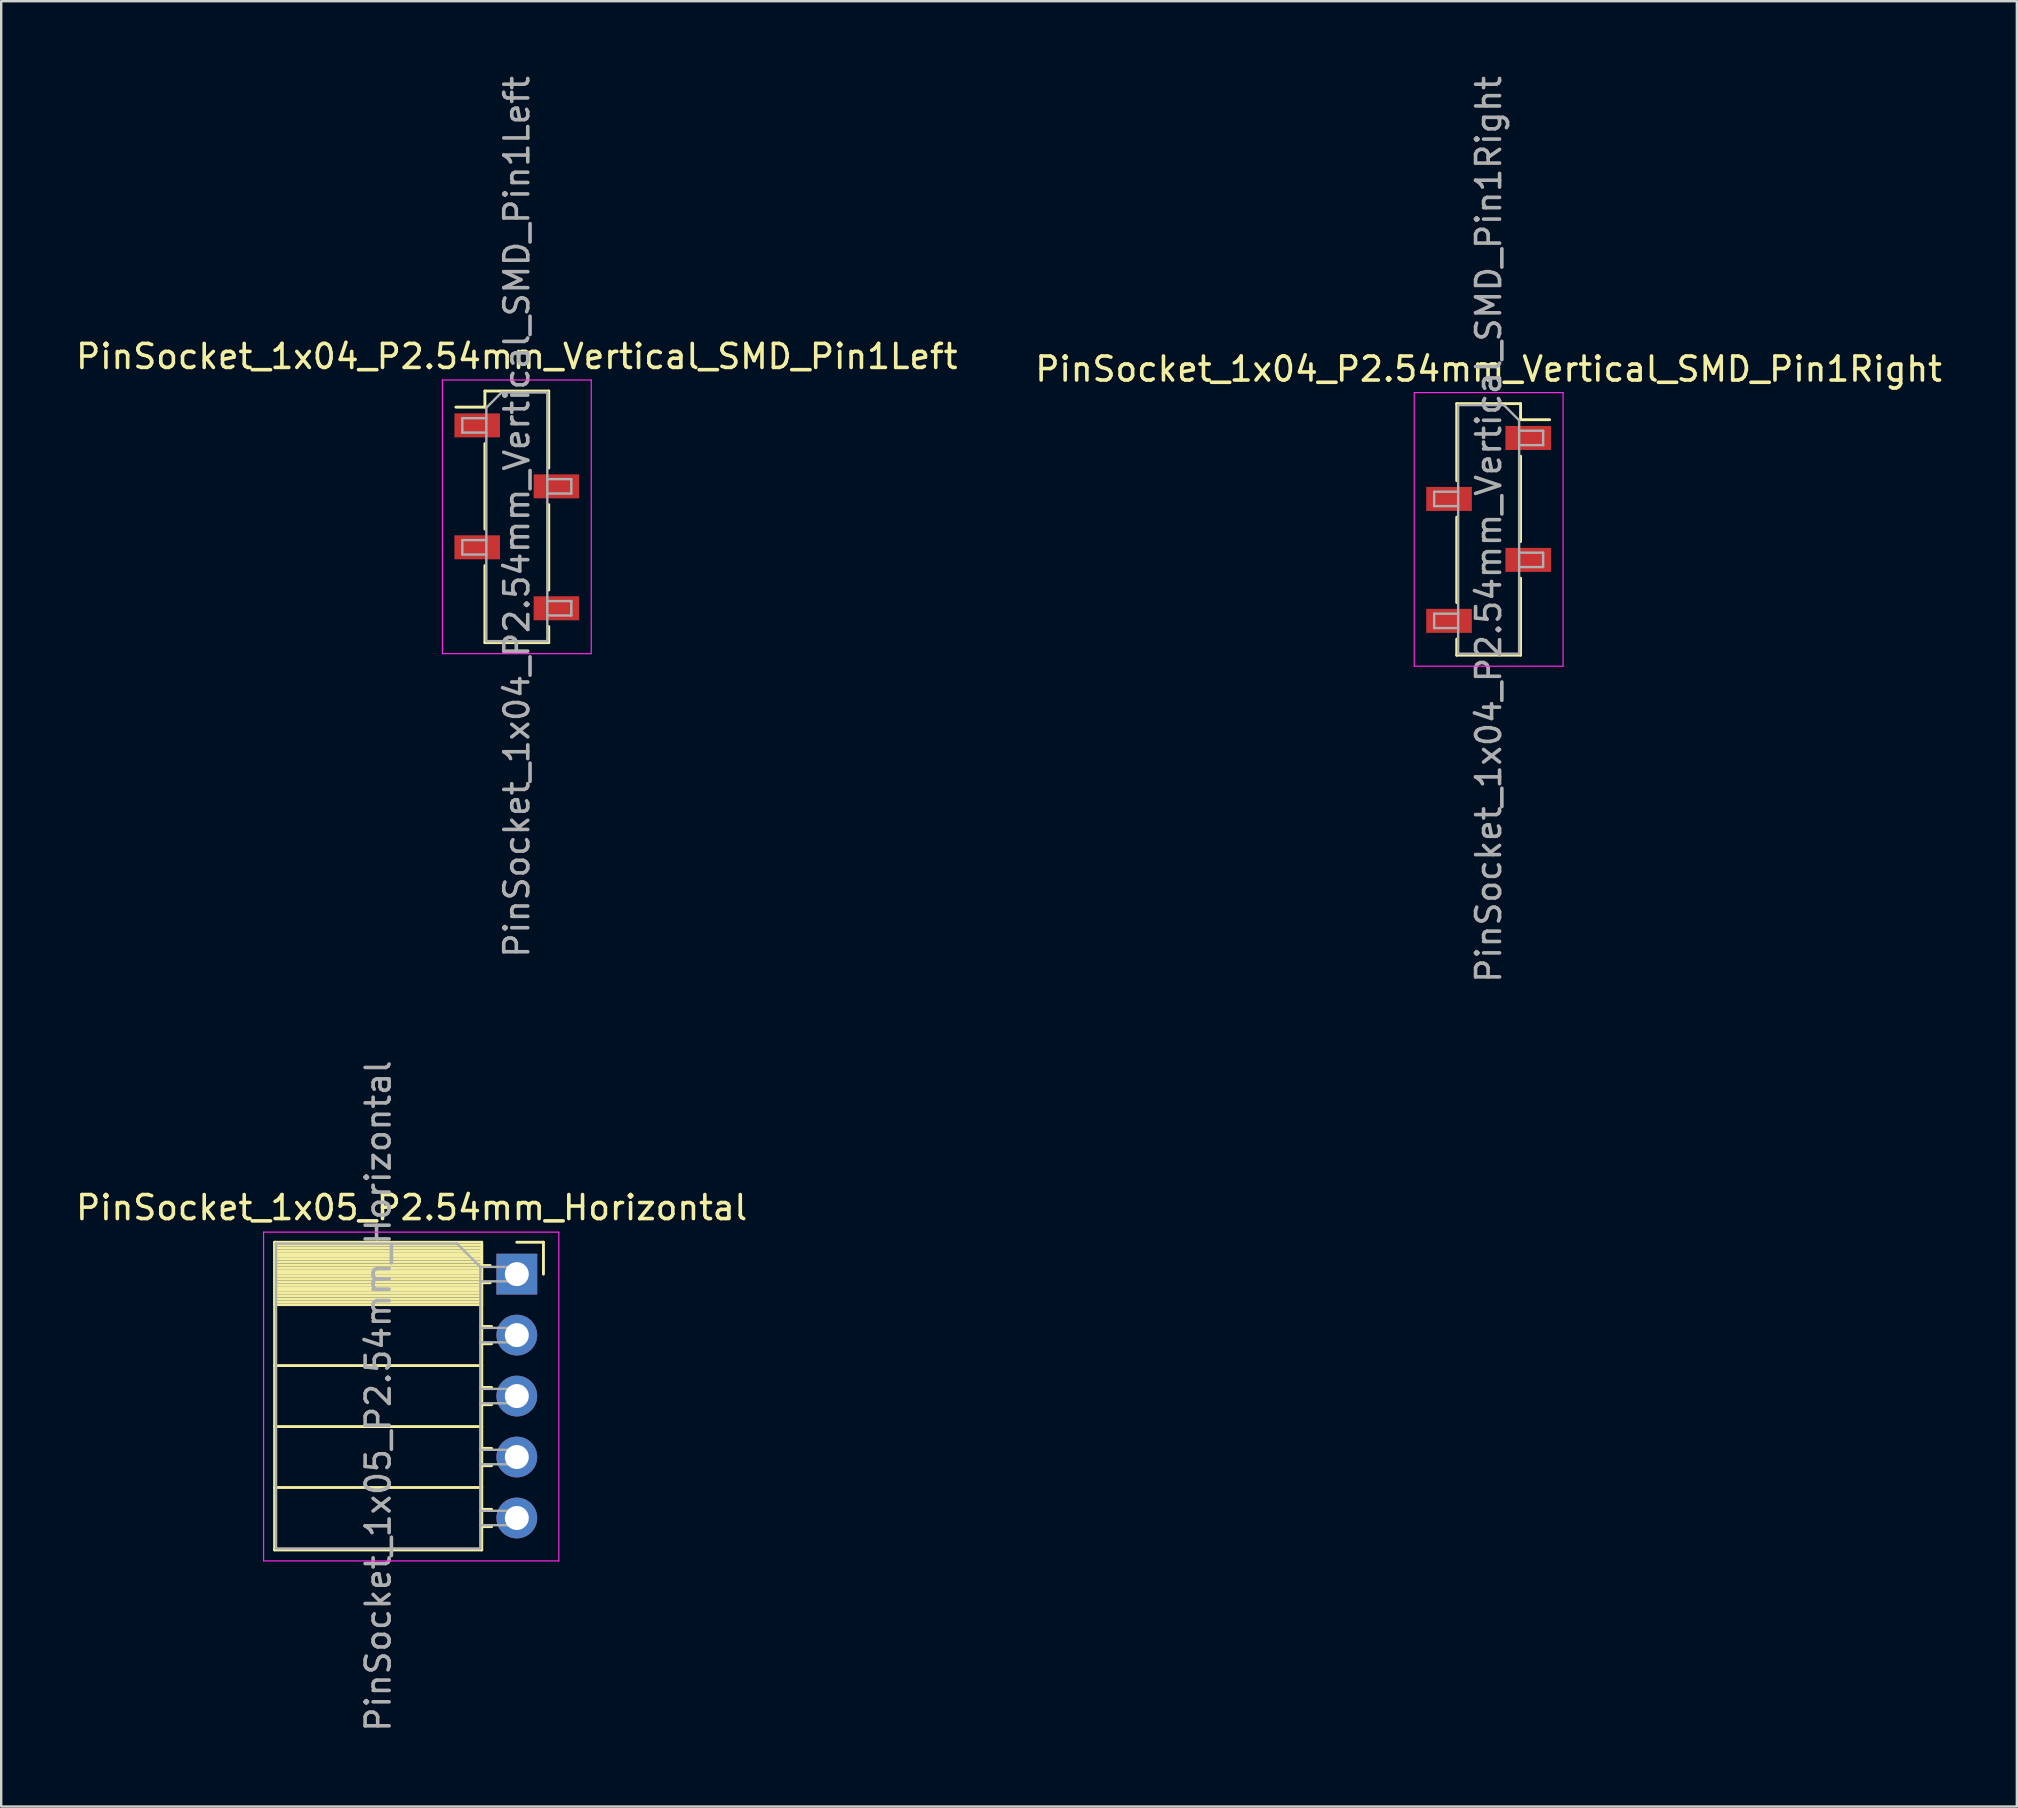
<source format=kicad_pcb>
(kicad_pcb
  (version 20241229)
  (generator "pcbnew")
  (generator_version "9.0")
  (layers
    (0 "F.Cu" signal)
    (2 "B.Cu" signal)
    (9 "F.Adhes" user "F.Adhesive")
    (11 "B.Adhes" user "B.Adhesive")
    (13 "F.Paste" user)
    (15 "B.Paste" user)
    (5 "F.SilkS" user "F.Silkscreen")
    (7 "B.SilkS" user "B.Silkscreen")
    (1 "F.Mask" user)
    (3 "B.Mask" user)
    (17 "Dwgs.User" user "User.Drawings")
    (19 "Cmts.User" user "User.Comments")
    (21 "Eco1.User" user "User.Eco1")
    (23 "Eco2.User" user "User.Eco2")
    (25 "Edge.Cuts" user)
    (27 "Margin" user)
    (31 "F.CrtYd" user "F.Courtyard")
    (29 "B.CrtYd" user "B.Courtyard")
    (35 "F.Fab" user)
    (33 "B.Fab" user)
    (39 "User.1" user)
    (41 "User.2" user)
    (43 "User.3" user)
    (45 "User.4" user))
  (footprint "PinSocket_1x04_P2.54mm_Vertical_SMD_Pin1Right"
    (layer "F.Cu")
    (at 58.97 19.006)
    (property "Reference" "PinSocket_1x04_P2.54mm_Vertical_SMD_Pin1Right" (at 0 -6.68 0) (layer "F.SilkS") (effects (font (size 1 1) (thickness 0.15))))
    (attr smd)
    (fp_line (start -1.33 -5.24) (end -1.33 -2.03) (stroke (width 0.12) (type solid)) (layer "F.SilkS"))
    (fp_line (start -1.33 -5.24) (end 1.33 -5.24) (stroke (width 0.12) (type solid)) (layer "F.SilkS"))
    (fp_line (start -1.33 -0.51) (end -1.33 3.05) (stroke (width 0.12) (type solid)) (layer "F.SilkS"))
    (fp_line (start -1.33 4.57) (end -1.33 5.24) (stroke (width 0.12) (type solid)) (layer "F.SilkS"))
    (fp_line (start -1.33 5.24) (end 1.33 5.24) (stroke (width 0.12) (type solid)) (layer "F.SilkS"))
    (fp_line (start 1.33 -5.24) (end 1.33 -4.57) (stroke (width 0.12) (type solid)) (layer "F.SilkS"))
    (fp_line (start 1.33 -4.57) (end 2.54 -4.57) (stroke (width 0.12) (type solid)) (layer "F.SilkS"))
    (fp_line (start 1.33 -3.05) (end 1.33 0.51) (stroke (width 0.12) (type solid)) (layer "F.SilkS"))
    (fp_line (start 1.33 2.03) (end 1.33 5.24) (stroke (width 0.12) (type solid)) (layer "F.SilkS"))
    (fp_line (start -3.1 -5.7) (end 3.1 -5.7) (stroke (width 0.05) (type solid)) (layer "F.CrtYd"))
    (fp_line (start -3.1 5.7) (end -3.1 -5.7) (stroke (width 0.05) (type solid)) (layer "F.CrtYd"))
    (fp_line (start 3.1 -5.7) (end 3.1 5.7) (stroke (width 0.05) (type solid)) (layer "F.CrtYd"))
    (fp_line (start 3.1 5.7) (end -3.1 5.7) (stroke (width 0.05) (type solid)) (layer "F.CrtYd"))
    (fp_line (start -2.27 -1.57) (end -1.27 -1.57) (stroke (width 0.1) (type solid)) (layer "F.Fab"))
    (fp_line (start -2.27 -0.97) (end -2.27 -1.57) (stroke (width 0.1) (type solid)) (layer "F.Fab"))
    (fp_line (start -2.27 3.51) (end -1.27 3.51) (stroke (width 0.1) (type solid)) (layer "F.Fab"))
    (fp_line (start -2.27 4.11) (end -2.27 3.51) (stroke (width 0.1) (type solid)) (layer "F.Fab"))
    (fp_line (start -1.27 -5.18) (end 0.635 -5.18) (stroke (width 0.1) (type solid)) (layer "F.Fab"))
    (fp_line (start -1.27 -0.97) (end -2.27 -0.97) (stroke (width 0.1) (type solid)) (layer "F.Fab"))
    (fp_line (start -1.27 4.11) (end -2.27 4.11) (stroke (width 0.1) (type solid)) (layer "F.Fab"))
    (fp_line (start -1.27 5.18) (end -1.27 -5.18) (stroke (width 0.1) (type solid)) (layer "F.Fab"))
    (fp_line (start 0.635 -5.18) (end 1.27 -4.545) (stroke (width 0.1) (type solid)) (layer "F.Fab"))
    (fp_line (start 1.27 -4.545) (end 1.27 5.18) (stroke (width 0.1) (type solid)) (layer "F.Fab"))
    (fp_line (start 1.27 -4.11) (end 2.27 -4.11) (stroke (width 0.1) (type solid)) (layer "F.Fab"))
    (fp_line (start 1.27 0.97) (end 2.27 0.97) (stroke (width 0.1) (type solid)) (layer "F.Fab"))
    (fp_line (start 1.27 5.18) (end -1.27 5.18) (stroke (width 0.1) (type solid)) (layer "F.Fab"))
    (fp_line (start 2.27 -4.11) (end 2.27 -3.51) (stroke (width 0.1) (type solid)) (layer "F.Fab"))
    (fp_line (start 2.27 -3.51) (end 1.27 -3.51) (stroke (width 0.1) (type solid)) (layer "F.Fab"))
    (fp_line (start 2.27 0.97) (end 2.27 1.57) (stroke (width 0.1) (type solid)) (layer "F.Fab"))
    (fp_line (start 2.27 1.57) (end 1.27 1.57) (stroke (width 0.1) (type solid)) (layer "F.Fab"))
    (fp_text user "${REFERENCE}" (at 0 0 90) (layer "F.Fab") (effects (font (size 1 1) (thickness 0.15))))
    (pad "1" smd rect (at 1.65 -3.81) (size 1.9 1) (layers "F.Cu" "F.Mask" "F.Paste"))
    (pad "2" smd rect (at -1.65 -1.27) (size 1.9 1) (layers "F.Cu" "F.Mask" "F.Paste"))
    (pad "3" smd rect (at 1.65 1.27) (size 1.9 1) (layers "F.Cu" "F.Mask" "F.Paste"))
    (pad "4" smd rect (at -1.65 3.81) (size 1.9 1) (layers "F.Cu" "F.Mask" "F.Paste")))
  (footprint "PinSocket_1x04_P2.54mm_Vertical_SMD_Pin1Left"
    (layer "F.Cu")
    (at 18.482 18.482)
    (property "Reference" "PinSocket_1x04_P2.54mm_Vertical_SMD_Pin1Left" (at 0 -6.68 0) (layer "F.SilkS") (effects (font (size 1 1) (thickness 0.15))))
    (attr smd)
    (fp_line (start -2.54 -4.57) (end -1.33 -4.57) (stroke (width 0.12) (type solid)) (layer "F.SilkS"))
    (fp_line (start -1.33 -5.24) (end -1.33 -4.57) (stroke (width 0.12) (type solid)) (layer "F.SilkS"))
    (fp_line (start -1.33 -5.24) (end 1.33 -5.24) (stroke (width 0.12) (type solid)) (layer "F.SilkS"))
    (fp_line (start -1.33 -3.05) (end -1.33 0.51) (stroke (width 0.12) (type solid)) (layer "F.SilkS"))
    (fp_line (start -1.33 2.03) (end -1.33 5.24) (stroke (width 0.12) (type solid)) (layer "F.SilkS"))
    (fp_line (start -1.33 5.24) (end 1.33 5.24) (stroke (width 0.12) (type solid)) (layer "F.SilkS"))
    (fp_line (start 1.33 -5.24) (end 1.33 -2.03) (stroke (width 0.12) (type solid)) (layer "F.SilkS"))
    (fp_line (start 1.33 -0.51) (end 1.33 3.05) (stroke (width 0.12) (type solid)) (layer "F.SilkS"))
    (fp_line (start 1.33 4.57) (end 1.33 5.24) (stroke (width 0.12) (type solid)) (layer "F.SilkS"))
    (fp_line (start -3.1 -5.7) (end 3.1 -5.7) (stroke (width 0.05) (type solid)) (layer "F.CrtYd"))
    (fp_line (start -3.1 5.7) (end -3.1 -5.7) (stroke (width 0.05) (type solid)) (layer "F.CrtYd"))
    (fp_line (start 3.1 -5.7) (end 3.1 5.7) (stroke (width 0.05) (type solid)) (layer "F.CrtYd"))
    (fp_line (start 3.1 5.7) (end -3.1 5.7) (stroke (width 0.05) (type solid)) (layer "F.CrtYd"))
    (fp_line (start -2.27 -4.11) (end -1.27 -4.11) (stroke (width 0.1) (type solid)) (layer "F.Fab"))
    (fp_line (start -2.27 -3.51) (end -2.27 -4.11) (stroke (width 0.1) (type solid)) (layer "F.Fab"))
    (fp_line (start -2.27 0.97) (end -1.27 0.97) (stroke (width 0.1) (type solid)) (layer "F.Fab"))
    (fp_line (start -2.27 1.57) (end -2.27 0.97) (stroke (width 0.1) (type solid)) (layer "F.Fab"))
    (fp_line (start -1.27 -4.545) (end -0.635 -5.18) (stroke (width 0.1) (type solid)) (layer "F.Fab"))
    (fp_line (start -1.27 -3.51) (end -2.27 -3.51) (stroke (width 0.1) (type solid)) (layer "F.Fab"))
    (fp_line (start -1.27 1.57) (end -2.27 1.57) (stroke (width 0.1) (type solid)) (layer "F.Fab"))
    (fp_line (start -1.27 5.18) (end -1.27 -4.545) (stroke (width 0.1) (type solid)) (layer "F.Fab"))
    (fp_line (start -0.635 -5.18) (end 1.27 -5.18) (stroke (width 0.1) (type solid)) (layer "F.Fab"))
    (fp_line (start 1.27 -5.18) (end 1.27 5.18) (stroke (width 0.1) (type solid)) (layer "F.Fab"))
    (fp_line (start 1.27 -1.57) (end 2.27 -1.57) (stroke (width 0.1) (type solid)) (layer "F.Fab"))
    (fp_line (start 1.27 3.51) (end 2.27 3.51) (stroke (width 0.1) (type solid)) (layer "F.Fab"))
    (fp_line (start 1.27 5.18) (end -1.27 5.18) (stroke (width 0.1) (type solid)) (layer "F.Fab"))
    (fp_line (start 2.27 -1.57) (end 2.27 -0.97) (stroke (width 0.1) (type solid)) (layer "F.Fab"))
    (fp_line (start 2.27 -0.97) (end 1.27 -0.97) (stroke (width 0.1) (type solid)) (layer "F.Fab"))
    (fp_line (start 2.27 3.51) (end 2.27 4.11) (stroke (width 0.1) (type solid)) (layer "F.Fab"))
    (fp_line (start 2.27 4.11) (end 1.27 4.11) (stroke (width 0.1) (type solid)) (layer "F.Fab"))
    (fp_text user "${REFERENCE}" (at 0 0 90) (layer "F.Fab") (effects (font (size 1 1) (thickness 0.15))))
    (pad "1" smd rect (at -1.65 -3.81) (size 1.9 1) (layers "F.Cu" "F.Mask" "F.Paste"))
    (pad "2" smd rect (at 1.65 -1.27) (size 1.9 1) (layers "F.Cu" "F.Mask" "F.Paste"))
    (pad "3" smd rect (at -1.65 1.27) (size 1.9 1) (layers "F.Cu" "F.Mask" "F.Paste"))
    (pad "4" smd rect (at 1.65 3.81) (size 1.9 1) (layers "F.Cu" "F.Mask" "F.Paste")))
  (footprint "PinSocket_1x05_P2.54mm_Horizontal"
    (layer "F.Cu")
    (at 18.481 50.033)
    (property "Reference" "PinSocket_1x05_P2.54mm_Horizontal" (at -4.38 -2.77 0) (layer "F.SilkS") (effects (font (size 1 1) (thickness 0.15))))
    (attr through_hole)
    (fp_line (start -10.09 -1.33) (end -10.09 11.49) (stroke (width 0.12) (type solid)) (layer "F.SilkS"))
    (fp_line (start -10.09 -1.33) (end -1.46 -1.33) (stroke (width 0.12) (type solid)) (layer "F.SilkS"))
    (fp_line (start -10.09 -1.21) (end -1.46 -1.21) (stroke (width 0.12) (type solid)) (layer "F.SilkS"))
    (fp_line (start -10.09 -1.092) (end -1.46 -1.092) (stroke (width 0.12) (type solid)) (layer "F.SilkS"))
    (fp_line (start -10.09 -0.974) (end -1.46 -0.974) (stroke (width 0.12) (type solid)) (layer "F.SilkS"))
    (fp_line (start -10.09 -0.856) (end -1.46 -0.856) (stroke (width 0.12) (type solid)) (layer "F.SilkS"))
    (fp_line (start -10.09 -0.738) (end -1.46 -0.738) (stroke (width 0.12) (type solid)) (layer "F.SilkS"))
    (fp_line (start -10.09 -0.62) (end -1.46 -0.62) (stroke (width 0.12) (type solid)) (layer "F.SilkS"))
    (fp_line (start -10.09 -0.501) (end -1.46 -0.501) (stroke (width 0.12) (type solid)) (layer "F.SilkS"))
    (fp_line (start -10.09 -0.383) (end -1.46 -0.383) (stroke (width 0.12) (type solid)) (layer "F.SilkS"))
    (fp_line (start -10.09 -0.265) (end -1.46 -0.265) (stroke (width 0.12) (type solid)) (layer "F.SilkS"))
    (fp_line (start -10.09 -0.147) (end -1.46 -0.147) (stroke (width 0.12) (type solid)) (layer "F.SilkS"))
    (fp_line (start -10.09 -0.029) (end -1.46 -0.029) (stroke (width 0.12) (type solid)) (layer "F.SilkS"))
    (fp_line (start -10.09 0.089) (end -1.46 0.089) (stroke (width 0.12) (type solid)) (layer "F.SilkS"))
    (fp_line (start -10.09 0.207) (end -1.46 0.207) (stroke (width 0.12) (type solid)) (layer "F.SilkS"))
    (fp_line (start -10.09 0.325) (end -1.46 0.325) (stroke (width 0.12) (type solid)) (layer "F.SilkS"))
    (fp_line (start -10.09 0.443) (end -1.46 0.443) (stroke (width 0.12) (type solid)) (layer "F.SilkS"))
    (fp_line (start -10.09 0.561) (end -1.46 0.561) (stroke (width 0.12) (type solid)) (layer "F.SilkS"))
    (fp_line (start -10.09 0.68) (end -1.46 0.68) (stroke (width 0.12) (type solid)) (layer "F.SilkS"))
    (fp_line (start -10.09 0.798) (end -1.46 0.798) (stroke (width 0.12) (type solid)) (layer "F.SilkS"))
    (fp_line (start -10.09 0.916) (end -1.46 0.916) (stroke (width 0.12) (type solid)) (layer "F.SilkS"))
    (fp_line (start -10.09 1.034) (end -1.46 1.034) (stroke (width 0.12) (type solid)) (layer "F.SilkS"))
    (fp_line (start -10.09 1.152) (end -1.46 1.152) (stroke (width 0.12) (type solid)) (layer "F.SilkS"))
    (fp_line (start -10.09 1.27) (end -1.46 1.27) (stroke (width 0.12) (type solid)) (layer "F.SilkS"))
    (fp_line (start -10.09 3.81) (end -1.46 3.81) (stroke (width 0.12) (type solid)) (layer "F.SilkS"))
    (fp_line (start -10.09 6.35) (end -1.46 6.35) (stroke (width 0.12) (type solid)) (layer "F.SilkS"))
    (fp_line (start -10.09 8.89) (end -1.46 8.89) (stroke (width 0.12) (type solid)) (layer "F.SilkS"))
    (fp_line (start -10.09 11.49) (end -1.46 11.49) (stroke (width 0.12) (type solid)) (layer "F.SilkS"))
    (fp_line (start -1.46 -1.33) (end -1.46 11.49) (stroke (width 0.12) (type solid)) (layer "F.SilkS"))
    (fp_line (start -1.46 -0.36) (end -1.11 -0.36) (stroke (width 0.12) (type solid)) (layer "F.SilkS"))
    (fp_line (start -1.46 0.36) (end -1.11 0.36) (stroke (width 0.12) (type solid)) (layer "F.SilkS"))
    (fp_line (start -1.46 2.18) (end -1.05 2.18) (stroke (width 0.12) (type solid)) (layer "F.SilkS"))
    (fp_line (start -1.46 2.9) (end -1.05 2.9) (stroke (width 0.12) (type solid)) (layer "F.SilkS"))
    (fp_line (start -1.46 4.72) (end -1.05 4.72) (stroke (width 0.12) (type solid)) (layer "F.SilkS"))
    (fp_line (start -1.46 5.44) (end -1.05 5.44) (stroke (width 0.12) (type solid)) (layer "F.SilkS"))
    (fp_line (start -1.46 7.26) (end -1.05 7.26) (stroke (width 0.12) (type solid)) (layer "F.SilkS"))
    (fp_line (start -1.46 7.98) (end -1.05 7.98) (stroke (width 0.12) (type solid)) (layer "F.SilkS"))
    (fp_line (start -1.46 9.8) (end -1.05 9.8) (stroke (width 0.12) (type solid)) (layer "F.SilkS"))
    (fp_line (start -1.46 10.52) (end -1.05 10.52) (stroke (width 0.12) (type solid)) (layer "F.SilkS"))
    (fp_line (start 0 -1.33) (end 1.11 -1.33) (stroke (width 0.12) (type solid)) (layer "F.SilkS"))
    (fp_line (start 1.11 -1.33) (end 1.11 0) (stroke (width 0.12) (type solid)) (layer "F.SilkS"))
    (fp_line (start -10.55 -1.75) (end -10.55 11.95) (stroke (width 0.05) (type solid)) (layer "F.CrtYd"))
    (fp_line (start -10.55 11.95) (end 1.75 11.95) (stroke (width 0.05) (type solid)) (layer "F.CrtYd"))
    (fp_line (start 1.75 -1.75) (end -10.55 -1.75) (stroke (width 0.05) (type solid)) (layer "F.CrtYd"))
    (fp_line (start 1.75 11.95) (end 1.75 -1.75) (stroke (width 0.05) (type solid)) (layer "F.CrtYd"))
    (fp_line (start -10.03 -1.27) (end -2.49 -1.27) (stroke (width 0.1) (type solid)) (layer "F.Fab"))
    (fp_line (start -10.03 11.43) (end -10.03 -1.27) (stroke (width 0.1) (type solid)) (layer "F.Fab"))
    (fp_line (start -2.49 -1.27) (end -1.52 -0.3) (stroke (width 0.1) (type solid)) (layer "F.Fab"))
    (fp_line (start -1.52 -0.3) (end -1.52 11.43) (stroke (width 0.1) (type solid)) (layer "F.Fab"))
    (fp_line (start -1.52 0.3) (end 0 0.3) (stroke (width 0.1) (type solid)) (layer "F.Fab"))
    (fp_line (start -1.52 2.84) (end 0 2.84) (stroke (width 0.1) (type solid)) (layer "F.Fab"))
    (fp_line (start -1.52 5.38) (end 0 5.38) (stroke (width 0.1) (type solid)) (layer "F.Fab"))
    (fp_line (start -1.52 7.92) (end 0 7.92) (stroke (width 0.1) (type solid)) (layer "F.Fab"))
    (fp_line (start -1.52 10.46) (end 0 10.46) (stroke (width 0.1) (type solid)) (layer "F.Fab"))
    (fp_line (start -1.52 11.43) (end -10.03 11.43) (stroke (width 0.1) (type solid)) (layer "F.Fab"))
    (fp_line (start 0 -0.3) (end -1.52 -0.3) (stroke (width 0.1) (type solid)) (layer "F.Fab"))
    (fp_line (start 0 0.3) (end 0 -0.3) (stroke (width 0.1) (type solid)) (layer "F.Fab"))
    (fp_line (start 0 2.24) (end -1.52 2.24) (stroke (width 0.1) (type solid)) (layer "F.Fab"))
    (fp_line (start 0 2.84) (end 0 2.24) (stroke (width 0.1) (type solid)) (layer "F.Fab"))
    (fp_line (start 0 4.78) (end -1.52 4.78) (stroke (width 0.1) (type solid)) (layer "F.Fab"))
    (fp_line (start 0 5.38) (end 0 4.78) (stroke (width 0.1) (type solid)) (layer "F.Fab"))
    (fp_line (start 0 7.32) (end -1.52 7.32) (stroke (width 0.1) (type solid)) (layer "F.Fab"))
    (fp_line (start 0 7.92) (end 0 7.32) (stroke (width 0.1) (type solid)) (layer "F.Fab"))
    (fp_line (start 0 9.86) (end -1.52 9.86) (stroke (width 0.1) (type solid)) (layer "F.Fab"))
    (fp_line (start 0 10.46) (end 0 9.86) (stroke (width 0.1) (type solid)) (layer "F.Fab"))
    (fp_text user "${REFERENCE}" (at -5.775 5.08 90) (layer "F.Fab") (effects (font (size 1 1) (thickness 0.15))))
    (pad "1" thru_hole rect (at 0 0) (size 1.7 1.7) (drill 1) (layers "*.Cu" "*.Mask"))
    (pad "2" thru_hole oval (at 0 2.54) (size 1.7 1.7) (drill 1) (layers "*.Cu" "*.Mask"))
    (pad "3" thru_hole oval (at 0 5.08) (size 1.7 1.7) (drill 1) (layers "*.Cu" "*.Mask"))
    (pad "4" thru_hole oval (at 0 7.62) (size 1.7 1.7) (drill 1) (layers "*.Cu" "*.Mask"))
    (pad "5" thru_hole oval (at 0 10.16) (size 1.7 1.7) (drill 1) (layers "*.Cu" "*.Mask")))
  (gr_rect
    (start -3 -3)
    (end 80.976 72.214)
    (stroke (width 0.1) (type default))
    (fill no)
    (layer "Edge.Cuts")))
</source>
